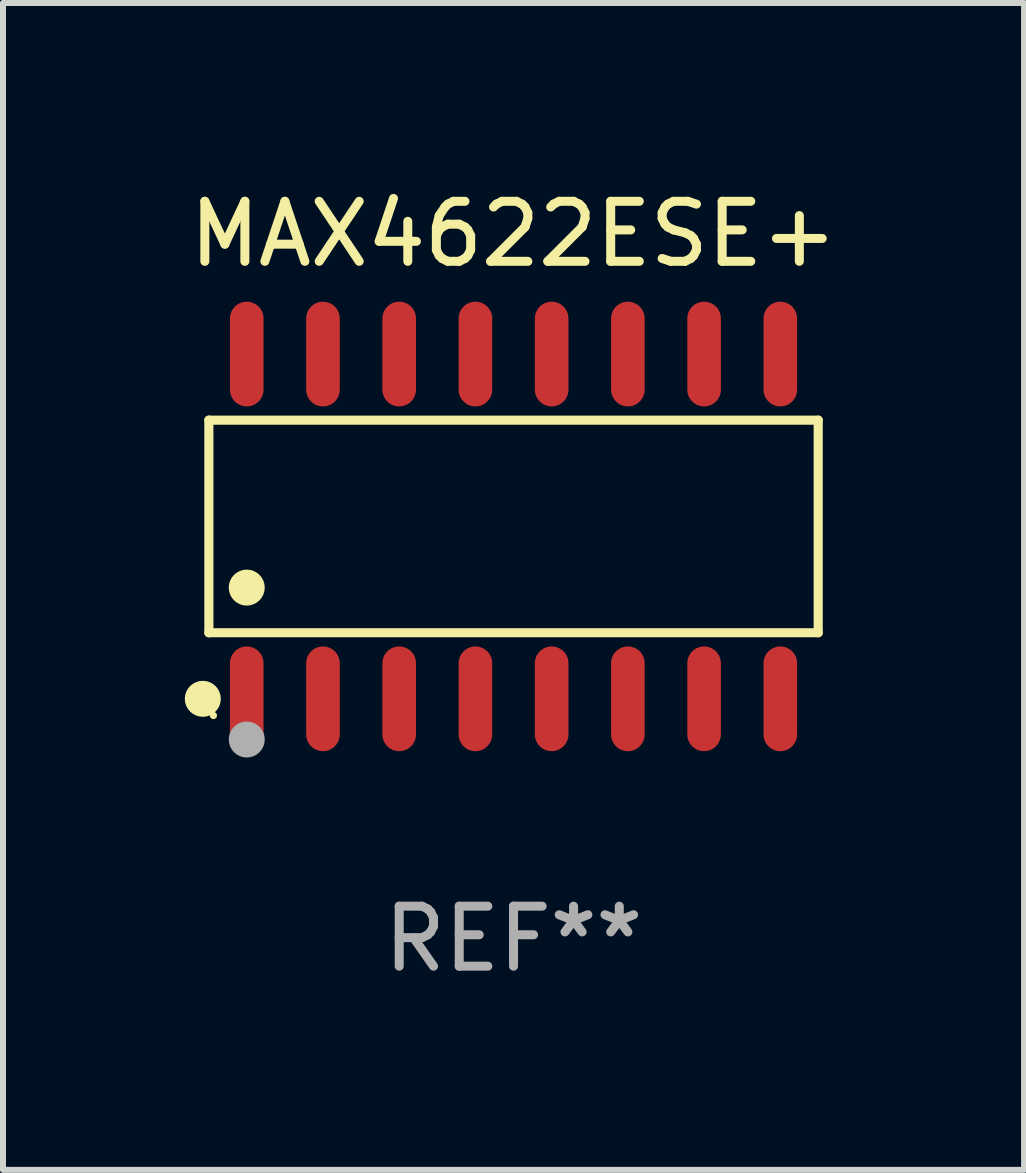
<source format=kicad_pcb>
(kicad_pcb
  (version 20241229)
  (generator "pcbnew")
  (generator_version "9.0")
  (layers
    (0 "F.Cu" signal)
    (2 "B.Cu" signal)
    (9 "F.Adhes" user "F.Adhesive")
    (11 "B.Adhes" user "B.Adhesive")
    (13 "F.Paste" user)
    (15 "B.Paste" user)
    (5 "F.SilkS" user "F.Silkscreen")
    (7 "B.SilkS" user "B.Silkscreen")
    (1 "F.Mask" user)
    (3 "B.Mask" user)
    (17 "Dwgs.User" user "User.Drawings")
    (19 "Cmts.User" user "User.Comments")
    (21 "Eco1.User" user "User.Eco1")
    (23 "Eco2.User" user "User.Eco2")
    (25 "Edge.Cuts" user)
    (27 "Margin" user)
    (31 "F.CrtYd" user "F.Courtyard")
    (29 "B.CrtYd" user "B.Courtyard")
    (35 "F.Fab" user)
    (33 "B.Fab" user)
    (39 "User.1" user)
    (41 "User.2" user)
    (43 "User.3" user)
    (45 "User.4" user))
  (footprint "MAX4622ESE+"
    (layer "F.Cu")
    (at 5.506 5.721)
    (property "Reference" "MAX4622ESE+" (at 0 -4.872 0) (layer "F.SilkS") (effects (font (size 1 1) (thickness 0.15))))
    (attr through_hole)
    (fp_line (start -5.076 -1.771) (end 5.076 -1.771) (stroke (width 0.152) (type solid)) (layer "F.SilkS"))
    (fp_line (start -5.076 1.771) (end -5.076 -1.771) (stroke (width 0.152) (type solid)) (layer "F.SilkS"))
    (fp_line (start 5.076 -1.771) (end 5.076 1.771) (stroke (width 0.152) (type solid)) (layer "F.SilkS"))
    (fp_line (start 5.076 1.771) (end -5.076 1.771) (stroke (width 0.152) (type solid)) (layer "F.SilkS"))
    (fp_circle (center -5.177 2.872) (end -5.027 2.872) (stroke (width 0.3) (type solid)) (fill no) (layer "F.SilkS"))
    (fp_circle (center -5 3.15) (end -4.97 3.15) (stroke (width 0.06) (type solid)) (fill no) (layer "F.SilkS"))
    (fp_circle (center -4.445 1.019) (end -4.295 1.019) (stroke (width 0.3) (type solid)) (fill no) (layer "F.SilkS"))
    (fp_circle (center -4.445 3.55) (end -4.295 3.55) (stroke (width 0.3) (type solid)) (fill no) (layer "F.Fab"))
    (fp_text user "REF**" (at 0 6.872 0) (layer "F.Fab") (effects (font (size 1 1) (thickness 0.15))))
    (pad "1" smd oval (at -4.445 2.872) (size 0.56 1.745) (layers "F.Cu" "F.Mask" "F.Paste"))
    (pad "2" smd oval (at -3.175 2.872) (size 0.56 1.745) (layers "F.Cu" "F.Mask" "F.Paste"))
    (pad "3" smd oval (at -1.905 2.872) (size 0.56 1.745) (layers "F.Cu" "F.Mask" "F.Paste"))
    (pad "4" smd oval (at -0.635 2.872) (size 0.56 1.745) (layers "F.Cu" "F.Mask" "F.Paste"))
    (pad "5" smd oval (at 0.635 2.872) (size 0.56 1.745) (layers "F.Cu" "F.Mask" "F.Paste"))
    (pad "6" smd oval (at 1.905 2.872) (size 0.56 1.745) (layers "F.Cu" "F.Mask" "F.Paste"))
    (pad "7" smd oval (at 3.175 2.872) (size 0.56 1.745) (layers "F.Cu" "F.Mask" "F.Paste"))
    (pad "8" smd oval (at 4.445 2.872) (size 0.56 1.745) (layers "F.Cu" "F.Mask" "F.Paste"))
    (pad "9" smd oval (at 4.445 -2.872) (size 0.56 1.745) (layers "F.Cu" "F.Mask" "F.Paste"))
    (pad "10" smd oval (at 3.175 -2.872) (size 0.56 1.745) (layers "F.Cu" "F.Mask" "F.Paste"))
    (pad "11" smd oval (at 1.905 -2.872) (size 0.56 1.745) (layers "F.Cu" "F.Mask" "F.Paste"))
    (pad "12" smd oval (at 0.635 -2.872) (size 0.56 1.745) (layers "F.Cu" "F.Mask" "F.Paste"))
    (pad "13" smd oval (at -0.635 -2.872) (size 0.56 1.745) (layers "F.Cu" "F.Mask" "F.Paste"))
    (pad "14" smd oval (at -1.905 -2.872) (size 0.56 1.745) (layers "F.Cu" "F.Mask" "F.Paste"))
    (pad "15" smd oval (at -3.175 -2.872) (size 0.56 1.745) (layers "F.Cu" "F.Mask" "F.Paste"))
    (pad "16" smd oval (at -4.445 -2.872) (size 0.56 1.745) (layers "F.Cu" "F.Mask" "F.Paste")))
  (gr_rect
    (start -3 -3)
    (end 14.012 16.441)
    (stroke (width 0.1) (type default))
    (fill no)
    (layer "Edge.Cuts")))
</source>
